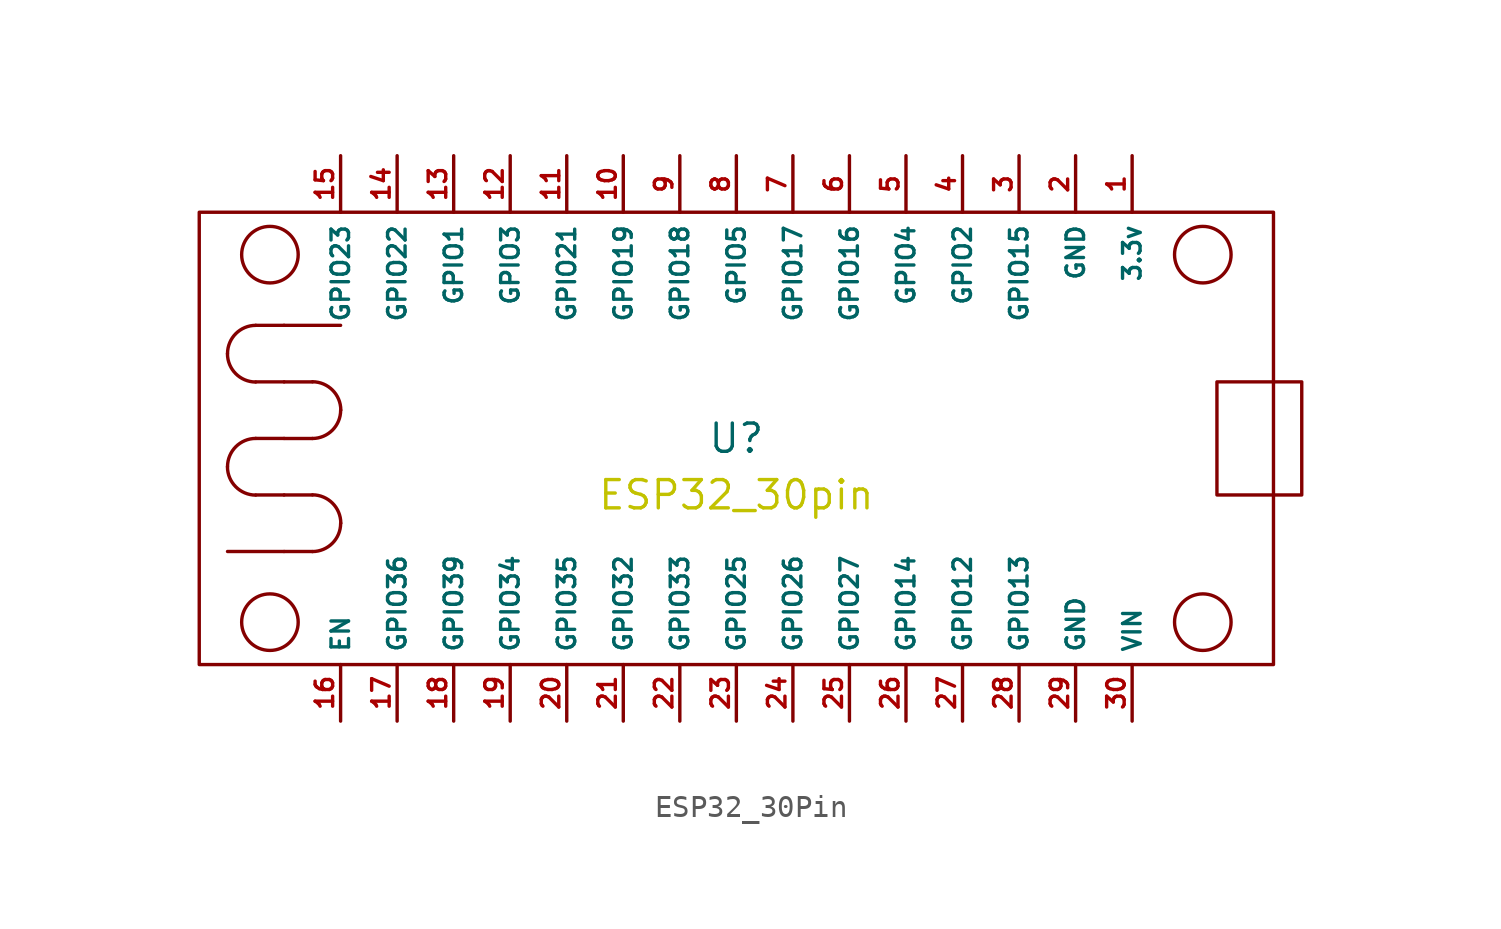
<source format=kicad_sym>
(kicad_symbol_lib
  (version 20241209)
  (generator "kicad_symbol_editor")
  (generator_version "9.0")
  (symbol "ESP32_30Pin"
    (property "Reference" "U"
      (at 25.4 -12.7 0)
      (effects (font (size 1.27 1.27))))
    (property "Value" ""
      (at 25.4 -12.7 0)
      (effects (font (size 1.27 1.27))))
    (property "Footprint" "ESP32_30pin"
      (at 25.4 -15.24 0)
      (effects (font (size 1.27 1.27) (color 194 194 0 1))))
    (symbol "ESP32_30Pin_0_1"
      (rectangle (start 1.27 -2.54) (end 49.53 -22.86) (stroke (width 0) (type default)) (fill (type none)))
      (polyline (pts (xy 3.81 -7.62) (xy 5.08 -7.62)) (stroke (width 0) (type default)) (fill (type none)))
      (arc (start 3.8025 -10.1675) (mid 2.9067 -9.7933) (end 2.5325 -8.8975) (stroke (width 0) (type default)) (fill (type none)))
      (polyline (pts (xy 3.81 -10.16) (xy 5.08 -10.16)) (stroke (width 0) (type default)) (fill (type none)))
      (polyline (pts (xy 3.81 -12.7) (xy 5.08 -12.7)) (stroke (width 0) (type default)) (fill (type none)))
      (arc (start 3.8025 -15.2475) (mid 2.9067 -14.8733) (end 2.5325 -13.9775) (stroke (width 0) (type default)) (fill (type none)))
      (polyline (pts (xy 3.81 -15.24) (xy 5.08 -15.24)) (stroke (width 0) (type default)) (fill (type none)))
      (arc (start 2.54 -8.89) (mid 2.9127 -7.9927) (end 3.81 -7.62) (stroke (width 0) (type default)) (fill (type none)))
      (arc (start 2.54 -13.97) (mid 2.9127 -13.0727) (end 3.81 -12.7) (stroke (width 0) (type default)) (fill (type none)))
      (circle (center 4.445 -4.445) (radius 1.27) (stroke (width 0) (type default)) (fill (type none)))
      (circle (center 4.445 -20.955) (radius 1.27) (stroke (width 0) (type default)) (fill (type none)))
      (polyline (pts (xy 5.08 -7.62) (xy 7.62 -7.62)) (stroke (width 0) (type default)) (fill (type none)))
      (polyline (pts (xy 5.08 -17.78) (xy 2.54 -17.78)) (stroke (width 0) (type default)) (fill (type none)))
      (arc (start 7.6225 -11.4325) (mid 7.2498 -12.3298) (end 6.3525 -12.7025) (stroke (width 0) (type default)) (fill (type none)))
      (arc (start 7.6225 -16.5125) (mid 7.2498 -17.4098) (end 6.3525 -17.7825) (stroke (width 0) (type default)) (fill (type none)))
      (arc (start 6.36 -10.155) (mid 7.2558 -10.5292) (end 7.63 -11.425) (stroke (width 0) (type default)) (fill (type none)))
      (arc (start 6.36 -15.235) (mid 7.2558 -15.6092) (end 7.63 -16.505) (stroke (width 0) (type default)) (fill (type none)))
      (polyline (pts (xy 6.353 -10.162) (xy 5.082 -10.162)) (stroke (width 0) (type default)) (fill (type none)))
      (polyline (pts (xy 6.353 -12.703) (xy 5.082 -12.703)) (stroke (width 0) (type default)) (fill (type none)))
      (polyline (pts (xy 6.353 -15.242) (xy 5.082 -15.242)) (stroke (width 0) (type default)) (fill (type none)))
      (polyline (pts (xy 6.353 -17.782) (xy 5.082 -17.782)) (stroke (width 0) (type default)) (fill (type none)))
      (circle (center 46.355 -4.445) (radius 1.27) (stroke (width 0) (type default)) (fill (type none)))
      (circle (center 46.355 -20.955) (radius 1.27) (stroke (width 0) (type default)) (fill (type none)))
      (rectangle (start 46.99 -10.16) (end 50.8 -15.24) (stroke (width 0) (type default)) (fill (type none))))
    (symbol "ESP32_30Pin_1_1"
      (pin bidirectional line (at 7.62 0 270) (length 2.54) (name "GPIO23" (effects (font (size 0.787 0.787)))) (number "15" (effects (font (size 0.787 0.787)))))
      (pin bidirectional line (at 7.62 -25.4 90) (length 2.54) (name "EN" (effects (font (size 0.787 0.787)))) (number "16" (effects (font (size 0.787 0.787)))))
      (pin bidirectional line (at 10.16 0 270) (length 2.54) (name "GPIO22" (effects (font (size 0.787 0.787)))) (number "14" (effects (font (size 0.787 0.787)))))
      (pin bidirectional line (at 10.16 -25.4 90) (length 2.54) (name "GPIO36" (effects (font (size 0.787 0.787)))) (number "17" (effects (font (size 0.787 0.787)))))
      (pin bidirectional line (at 12.7 0 270) (length 2.54) (name "GPIO1" (effects (font (size 0.787 0.787)))) (number "13" (effects (font (size 0.787 0.787)))))
      (pin bidirectional line (at 12.7 -25.4 90) (length 2.54) (name "GPIO39" (effects (font (size 0.787 0.787)))) (number "18" (effects (font (size 0.787 0.787)))))
      (pin bidirectional line (at 15.24 0 270) (length 2.54) (name "GPIO3" (effects (font (size 0.787 0.787)))) (number "12" (effects (font (size 0.787 0.787)))))
      (pin bidirectional line (at 15.24 -25.4 90) (length 2.54) (name "GPIO34" (effects (font (size 0.787 0.787)))) (number "19" (effects (font (size 0.787 0.787)))))
      (pin bidirectional line (at 17.78 0 270) (length 2.54) (name "GPIO21" (effects (font (size 0.787 0.787)))) (number "11" (effects (font (size 0.787 0.787)))))
      (pin bidirectional line (at 17.78 -25.4 90) (length 2.54) (name "GPIO35" (effects (font (size 0.787 0.787)))) (number "20" (effects (font (size 0.787 0.787)))))
      (pin bidirectional line (at 20.32 0 270) (length 2.54) (name "GPIO19" (effects (font (size 0.787 0.787)))) (number "10" (effects (font (size 0.787 0.787)))))
      (pin bidirectional line (at 20.32 -25.4 90) (length 2.54) (name "GPIO32" (effects (font (size 0.787 0.787)))) (number "21" (effects (font (size 0.787 0.787)))))
      (pin bidirectional line (at 22.86 0 270) (length 2.54) (name "GPIO18" (effects (font (size 0.787 0.787)))) (number "9" (effects (font (size 0.787 0.787)))))
      (pin bidirectional line (at 22.86 -25.4 90) (length 2.54) (name "GPIO33" (effects (font (size 0.787 0.787)))) (number "22" (effects (font (size 0.787 0.787)))))
      (pin bidirectional line (at 25.4 0 270) (length 2.54) (name "GPIO5" (effects (font (size 0.787 0.787)))) (number "8" (effects (font (size 0.787 0.787)))))
      (pin bidirectional line (at 25.4 -25.4 90) (length 2.54) (name "GPIO25" (effects (font (size 0.787 0.787)))) (number "23" (effects (font (size 0.787 0.787)))))
      (pin bidirectional line (at 27.94 0 270) (length 2.54) (name "GPIO17" (effects (font (size 0.787 0.787)))) (number "7" (effects (font (size 0.787 0.787)))))
      (pin bidirectional line (at 27.94 -25.4 90) (length 2.54) (name "GPIO26" (effects (font (size 0.787 0.787)))) (number "24" (effects (font (size 0.787 0.787)))))
      (pin bidirectional line (at 30.48 0 270) (length 2.54) (name "GPIO16" (effects (font (size 0.787 0.787)))) (number "6" (effects (font (size 0.787 0.787)))))
      (pin bidirectional line (at 30.48 -25.4 90) (length 2.54) (name "GPIO27" (effects (font (size 0.787 0.787)))) (number "25" (effects (font (size 0.787 0.787)))))
      (pin bidirectional line (at 33.02 0 270) (length 2.54) (name "GPIO4" (effects (font (size 0.787 0.787)))) (number "5" (effects (font (size 0.787 0.787)))))
      (pin bidirectional line (at 33.02 -25.4 90) (length 2.54) (name "GPIO14" (effects (font (size 0.787 0.787)))) (number "26" (effects (font (size 0.787 0.787)))))
      (pin bidirectional line (at 35.56 0 270) (length 2.54) (name "GPIO2" (effects (font (size 0.787 0.787)))) (number "4" (effects (font (size 0.787 0.787)))))
      (pin bidirectional line (at 35.56 -25.4 90) (length 2.54) (name "GPIO12" (effects (font (size 0.787 0.787)))) (number "27" (effects (font (size 0.787 0.787)))))
      (pin bidirectional line (at 38.1 0 270) (length 2.54) (name "GPIO15" (effects (font (size 0.787 0.787)))) (number "3" (effects (font (size 0.787 0.787)))))
      (pin bidirectional line (at 38.1 -25.4 90) (length 2.54) (name "GPIO13" (effects (font (size 0.787 0.787)))) (number "28" (effects (font (size 0.787 0.787)))))
      (pin power_out line (at 40.64 0 270) (length 2.54) (name "GND" (effects (font (size 0.787 0.787)))) (number "2" (effects (font (size 0.787 0.787)))))
      (pin bidirectional line (at 40.64 -25.4 90) (length 2.54) (name "GND" (effects (font (size 0.787 0.787)))) (number "29" (effects (font (size 0.787 0.787)))))
      (pin power_out line (at 43.18 0 270) (length 2.54) (name "3.3v" (effects (font (size 0.787 0.787)))) (number "1" (effects (font (size 0.787 0.787)))))
      (pin power_in line (at 43.18 -25.4 90) (length 2.54) (name "VIN" (effects (font (size 0.787 0.787)))) (number "30" (effects (font (size 0.787 0.787))))))))
</source>
